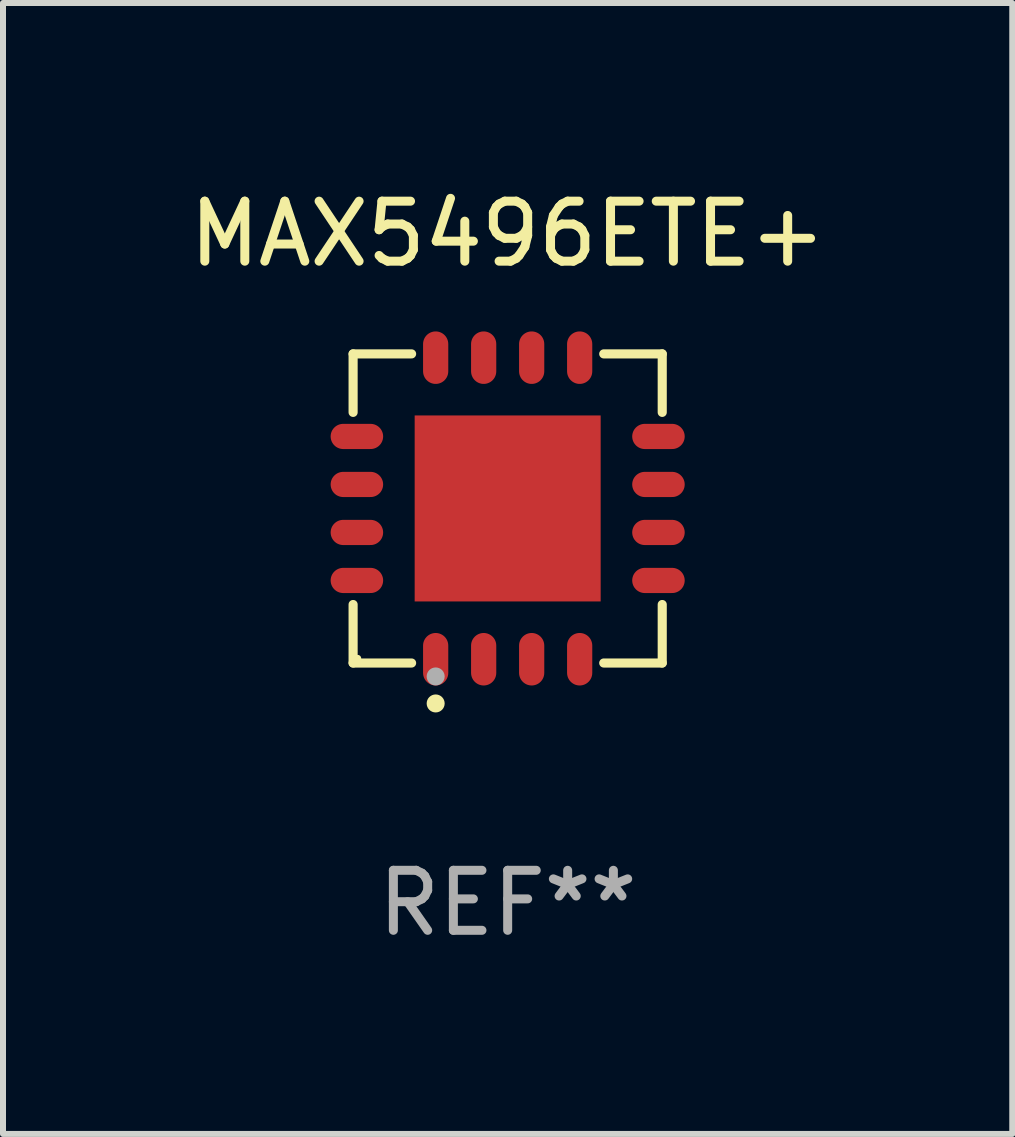
<source format=kicad_pcb>
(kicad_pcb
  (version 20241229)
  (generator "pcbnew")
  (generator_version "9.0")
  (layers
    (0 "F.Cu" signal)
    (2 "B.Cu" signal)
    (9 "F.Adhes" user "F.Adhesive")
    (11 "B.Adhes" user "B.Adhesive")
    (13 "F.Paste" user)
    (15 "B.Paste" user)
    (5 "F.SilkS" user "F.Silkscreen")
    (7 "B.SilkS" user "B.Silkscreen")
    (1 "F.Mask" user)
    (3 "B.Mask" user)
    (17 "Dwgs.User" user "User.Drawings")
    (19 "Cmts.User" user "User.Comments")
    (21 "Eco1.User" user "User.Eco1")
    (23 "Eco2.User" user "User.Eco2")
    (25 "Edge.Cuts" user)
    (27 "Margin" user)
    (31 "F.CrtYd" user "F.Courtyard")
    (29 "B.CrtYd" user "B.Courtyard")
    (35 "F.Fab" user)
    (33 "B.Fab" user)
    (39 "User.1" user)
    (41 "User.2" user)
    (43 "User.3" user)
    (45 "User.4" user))
  (footprint "MAX5496ETE+"
    (layer "F.Cu")
    (at 5.411 5.424)
    (property "Reference" "MAX5496ETE+" (at 0 -4.576 0) (layer "F.SilkS") (effects (font (size 1 1) (thickness 0.15))))
    (attr through_hole)
    (fp_line (start -2.576 -2.576) (end -1.601 -2.576) (stroke (width 0.152) (type solid)) (layer "F.SilkS"))
    (fp_line (start -2.576 -1.601) (end -2.576 -2.576) (stroke (width 0.152) (type solid)) (layer "F.SilkS"))
    (fp_line (start -2.576 1.601) (end -2.576 2.576) (stroke (width 0.152) (type solid)) (layer "F.SilkS"))
    (fp_line (start -2.576 2.576) (end -1.601 2.576) (stroke (width 0.152) (type solid)) (layer "F.SilkS"))
    (fp_line (start 2.576 -2.576) (end 1.601 -2.576) (stroke (width 0.152) (type solid)) (layer "F.SilkS"))
    (fp_line (start 2.576 -1.601) (end 2.576 -2.576) (stroke (width 0.152) (type solid)) (layer "F.SilkS"))
    (fp_line (start 2.576 1.601) (end 2.576 2.576) (stroke (width 0.152) (type solid)) (layer "F.SilkS"))
    (fp_line (start 2.576 2.576) (end 1.601 2.576) (stroke (width 0.152) (type solid)) (layer "F.SilkS"))
    (fp_circle (center -2.5 2.5) (end -2.47 2.5) (stroke (width 0.06) (type solid)) (fill no) (layer "F.SilkS"))
    (fp_circle (center -1.2 3.25) (end -1.125 3.25) (stroke (width 0.15) (type solid)) (fill no) (layer "F.SilkS"))
    (fp_circle (center -1.2 2.8) (end -1.125 2.8) (stroke (width 0.15) (type solid)) (fill no) (layer "F.Fab"))
    (fp_text user "REF**" (at 0 6.576 0) (layer "F.Fab") (effects (font (size 1 1) (thickness 0.15))))
    (pad "1" smd oval (at -1.2 2.513) (size 0.42 0.875) (layers "F.Cu" "F.Mask" "F.Paste"))
    (pad "2" smd oval (at -0.4 2.513) (size 0.42 0.875) (layers "F.Cu" "F.Mask" "F.Paste"))
    (pad "3" smd oval (at 0.4 2.513) (size 0.42 0.875) (layers "F.Cu" "F.Mask" "F.Paste"))
    (pad "4" smd oval (at 1.2 2.513) (size 0.42 0.875) (layers "F.Cu" "F.Mask" "F.Paste"))
    (pad "5" smd oval (at 2.513 1.2) (size 0.875 0.42) (layers "F.Cu" "F.Mask" "F.Paste"))
    (pad "6" smd oval (at 2.513 0.4) (size 0.875 0.42) (layers "F.Cu" "F.Mask" "F.Paste"))
    (pad "7" smd oval (at 2.513 -0.4) (size 0.875 0.42) (layers "F.Cu" "F.Mask" "F.Paste"))
    (pad "8" smd oval (at 2.513 -1.2) (size 0.875 0.42) (layers "F.Cu" "F.Mask" "F.Paste"))
    (pad "9" smd oval (at 1.2 -2.513) (size 0.42 0.875) (layers "F.Cu" "F.Mask" "F.Paste"))
    (pad "10" smd oval (at 0.4 -2.513) (size 0.42 0.875) (layers "F.Cu" "F.Mask" "F.Paste"))
    (pad "11" smd oval (at -0.4 -2.513) (size 0.42 0.875) (layers "F.Cu" "F.Mask" "F.Paste"))
    (pad "12" smd oval (at -1.2 -2.513) (size 0.42 0.875) (layers "F.Cu" "F.Mask" "F.Paste"))
    (pad "13" smd oval (at -2.513 -1.2) (size 0.875 0.42) (layers "F.Cu" "F.Mask" "F.Paste"))
    (pad "14" smd oval (at -2.513 -0.4) (size 0.875 0.42) (layers "F.Cu" "F.Mask" "F.Paste"))
    (pad "15" smd oval (at -2.513 0.4) (size 0.875 0.42) (layers "F.Cu" "F.Mask" "F.Paste"))
    (pad "16" smd oval (at -2.513 1.2) (size 0.875 0.42) (layers "F.Cu" "F.Mask" "F.Paste"))
    (pad "17" smd rect (at 0 0) (size 3.1 3.1) (layers "F.Cu" "F.Mask" "F.Paste")))
  (gr_rect
    (start -3 -3)
    (end 13.821 15.849)
    (stroke (width 0.1) (type default))
    (fill no)
    (layer "Edge.Cuts")))
</source>
